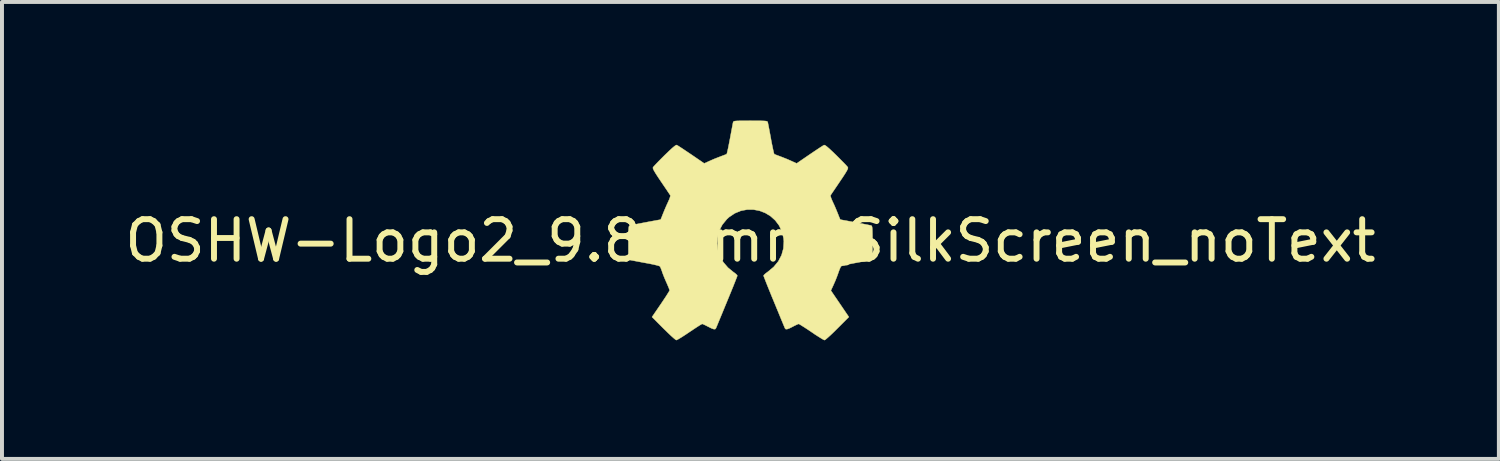
<source format=kicad_pcb>
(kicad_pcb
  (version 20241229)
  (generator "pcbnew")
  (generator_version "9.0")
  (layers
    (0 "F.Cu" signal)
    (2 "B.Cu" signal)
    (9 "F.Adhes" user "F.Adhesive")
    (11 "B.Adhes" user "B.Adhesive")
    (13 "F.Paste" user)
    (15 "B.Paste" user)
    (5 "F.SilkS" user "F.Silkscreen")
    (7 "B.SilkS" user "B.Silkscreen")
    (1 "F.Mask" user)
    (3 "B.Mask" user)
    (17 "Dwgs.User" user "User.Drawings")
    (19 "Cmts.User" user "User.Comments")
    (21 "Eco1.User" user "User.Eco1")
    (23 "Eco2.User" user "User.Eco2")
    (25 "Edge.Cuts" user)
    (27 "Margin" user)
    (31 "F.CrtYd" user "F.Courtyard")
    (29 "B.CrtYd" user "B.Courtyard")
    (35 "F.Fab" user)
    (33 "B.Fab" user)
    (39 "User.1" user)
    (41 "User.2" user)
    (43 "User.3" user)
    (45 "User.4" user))
  (footprint "OSHW-Logo2_9.8x8mm_SilkScreen_noText"
    (layer "F.Cu")
    (at 15.935 3.04)
    (property "Reference" "OSHW-Logo2_9.8x8mm_SilkScreen_noText" (at 0 0 0) (layer "F.SilkS") (effects (font (size 1 1) (thickness 0.15))))
    (attr exclude_from_pos_files exclude_from_bom allow_missing_courtyard)
    (fp_poly (pts (xy 0.14 -3.034) (xy 0.246 -3.034) (xy 0.322 -3.032) (xy 0.374 -3.029) (xy 0.407 -3.024) (xy 0.426 -3.017) (xy 0.435 -3.006) (xy 0.439 -2.992) (xy 0.44 -2.991) (xy 0.446 -2.958) (xy 0.459 -2.894) (xy 0.476 -2.805) (xy 0.496 -2.698) (xy 0.518 -2.58) (xy 0.518 -2.576) (xy 0.54 -2.46) (xy 0.561 -2.358) (xy 0.579 -2.276) (xy 0.592 -2.219) (xy 0.601 -2.194) (xy 0.601 -2.193) (xy 0.626 -2.181) (xy 0.676 -2.161) (xy 0.742 -2.137) (xy 0.742 -2.137) (xy 0.825 -2.105) (xy 0.923 -2.066) (xy 1.015 -2.026) (xy 1.019 -2.024) (xy 1.169 -1.956) (xy 1.501 -2.183) (xy 1.603 -2.252) (xy 1.696 -2.314) (xy 1.773 -2.365) (xy 1.83 -2.401) (xy 1.861 -2.42) (xy 1.864 -2.421) (xy 1.887 -2.415) (xy 1.93 -2.385) (xy 1.994 -2.33) (xy 2.081 -2.249) (xy 2.171 -2.162) (xy 2.256 -2.077) (xy 2.333 -1.999) (xy 2.397 -1.934) (xy 2.442 -1.885) (xy 2.464 -1.858) (xy 2.464 -1.857) (xy 2.467 -1.839) (xy 2.458 -1.809) (xy 2.435 -1.764) (xy 2.395 -1.698) (xy 2.338 -1.61) (xy 2.261 -1.496) (xy 2.193 -1.395) (xy 2.132 -1.305) (xy 2.081 -1.23) (xy 2.045 -1.177) (xy 2.027 -1.149) (xy 2.026 -1.147) (xy 2.028 -1.121) (xy 2.045 -1.069) (xy 2.073 -1.002) (xy 2.083 -0.981) (xy 2.127 -0.886) (xy 2.173 -0.778) (xy 2.211 -0.685) (xy 2.238 -0.616) (xy 2.26 -0.563) (xy 2.272 -0.536) (xy 2.274 -0.534) (xy 2.297 -0.53) (xy 2.351 -0.52) (xy 2.429 -0.506) (xy 2.524 -0.488) (xy 2.628 -0.469) (xy 2.735 -0.448) (xy 2.837 -0.429) (xy 2.927 -0.411) (xy 2.998 -0.397) (xy 3.042 -0.388) (xy 3.053 -0.385) (xy 3.064 -0.379) (xy 3.073 -0.365) (xy 3.079 -0.337) (xy 3.083 -0.292) (xy 3.085 -0.224) (xy 3.087 -0.128) (xy 3.087 -0.000054) (xy 3.087 0.052) (xy 3.087 0.48) (xy 2.985 0.5) (xy 2.927 0.511) (xy 2.842 0.527) (xy 2.739 0.546) (xy 2.629 0.566) (xy 2.599 0.572) (xy 2.497 0.592) (xy 2.408 0.611) (xy 2.34 0.628) (xy 2.3 0.642) (xy 2.293 0.646) (xy 2.277 0.674) (xy 2.253 0.729) (xy 2.227 0.799) (xy 2.222 0.815) (xy 2.188 0.909) (xy 2.146 1.015) (xy 2.104 1.11) (xy 2.104 1.111) (xy 2.035 1.26) (xy 2.49 1.929) (xy 2.197 2.222) (xy 2.109 2.309) (xy 2.029 2.386) (xy 1.96 2.448) (xy 1.909 2.492) (xy 1.879 2.513) (xy 1.874 2.514) (xy 1.849 2.504) (xy 1.797 2.474) (xy 1.725 2.429) (xy 1.637 2.373) (xy 1.543 2.309) (xy 1.447 2.244) (xy 1.361 2.188) (xy 1.291 2.144) (xy 1.242 2.114) (xy 1.221 2.104) (xy 1.194 2.113) (xy 1.144 2.136) (xy 1.08 2.168) (xy 1.074 2.172) (xy 0.988 2.215) (xy 0.929 2.236) (xy 0.893 2.236) (xy 0.874 2.217) (xy 0.874 2.216) (xy 0.864 2.193) (xy 0.841 2.138) (xy 0.807 2.056) (xy 0.763 1.95) (xy 0.712 1.825) (xy 0.654 1.685) (xy 0.598 1.549) (xy 0.536 1.4) (xy 0.48 1.262) (xy 0.43 1.138) (xy 0.389 1.035) (xy 0.358 0.955) (xy 0.338 0.903) (xy 0.332 0.883) (xy 0.347 0.861) (xy 0.386 0.826) (xy 0.439 0.787) (xy 0.588 0.663) (xy 0.705 0.521) (xy 0.787 0.364) (xy 0.834 0.196) (xy 0.845 0.017) (xy 0.837 -0.065) (xy 0.796 -0.235) (xy 0.724 -0.386) (xy 0.627 -0.515) (xy 0.509 -0.621) (xy 0.374 -0.703) (xy 0.227 -0.759) (xy 0.072 -0.788) (xy -0.087 -0.787) (xy -0.244 -0.757) (xy -0.396 -0.694) (xy -0.538 -0.599) (xy -0.597 -0.545) (xy -0.711 -0.406) (xy -0.79 -0.254) (xy -0.835 -0.094) (xy -0.847 0.071) (xy -0.825 0.235) (xy -0.772 0.394) (xy -0.686 0.544) (xy -0.569 0.68) (xy -0.439 0.787) (xy -0.384 0.827) (xy -0.346 0.862) (xy -0.332 0.883) (xy -0.339 0.906) (xy -0.36 0.961) (xy -0.392 1.043) (xy -0.434 1.149) (xy -0.485 1.274) (xy -0.542 1.413) (xy -0.598 1.549) (xy -0.66 1.699) (xy -0.717 1.838) (xy -0.768 1.961) (xy -0.811 2.065) (xy -0.844 2.145) (xy -0.866 2.197) (xy -0.874 2.216) (xy -0.893 2.236) (xy -0.929 2.236) (xy -0.988 2.215) (xy -1.073 2.172) (xy -1.074 2.172) (xy -1.138 2.139) (xy -1.19 2.115) (xy -1.219 2.104) (xy -1.221 2.104) (xy -1.243 2.115) (xy -1.292 2.144) (xy -1.362 2.189) (xy -1.447 2.245) (xy -1.543 2.309) (xy -1.639 2.374) (xy -1.727 2.431) (xy -1.799 2.475) (xy -1.85 2.504) (xy -1.874 2.514) (xy -1.897 2.501) (xy -1.942 2.464) (xy -2.006 2.407) (xy -2.083 2.334) (xy -2.169 2.25) (xy -2.198 2.222) (xy -2.49 1.929) (xy -2.267 1.603) (xy -2.2 1.503) (xy -2.14 1.413) (xy -2.093 1.338) (xy -2.06 1.285) (xy -2.045 1.257) (xy -2.045 1.255) (xy -2.053 1.228) (xy -2.073 1.176) (xy -2.103 1.105) (xy -2.124 1.058) (xy -2.164 0.967) (xy -2.201 0.876) (xy -2.23 0.799) (xy -2.237 0.775) (xy -2.26 0.713) (xy -2.281 0.664) (xy -2.293 0.646) (xy -2.319 0.635) (xy -2.377 0.619) (xy -2.458 0.6) (xy -2.555 0.58) (xy -2.599 0.572) (xy -2.709 0.552) (xy -2.815 0.532) (xy -2.906 0.515) (xy -2.972 0.502) (xy -2.985 0.5) (xy -3.087 0.48) (xy -3.087 0.052) (xy -3.087 -0.088) (xy -3.086 -0.194) (xy -3.084 -0.271) (xy -3.08 -0.324) (xy -3.075 -0.357) (xy -3.067 -0.375) (xy -3.057 -0.384) (xy -3.053 -0.385) (xy -3.028 -0.391) (xy -2.972 -0.402) (xy -2.892 -0.418) (xy -2.796 -0.437) (xy -2.691 -0.457) (xy -2.585 -0.477) (xy -2.483 -0.496) (xy -2.395 -0.512) (xy -2.325 -0.525) (xy -2.283 -0.532) (xy -2.274 -0.534) (xy -2.265 -0.55) (xy -2.246 -0.595) (xy -2.221 -0.66) (xy -2.211 -0.685) (xy -2.171 -0.783) (xy -2.125 -0.89) (xy -2.083 -0.981) (xy -2.052 -1.05) (xy -2.032 -1.108) (xy -2.025 -1.142) (xy -2.026 -1.147) (xy -2.041 -1.169) (xy -2.074 -1.218) (xy -2.121 -1.289) (xy -2.181 -1.377) (xy -2.248 -1.476) (xy -2.261 -1.495) (xy -2.339 -1.611) (xy -2.396 -1.699) (xy -2.435 -1.764) (xy -2.458 -1.809) (xy -2.467 -1.838) (xy -2.465 -1.857) (xy -2.464 -1.857) (xy -2.445 -1.881) (xy -2.402 -1.927) (xy -2.341 -1.991) (xy -2.265 -2.068) (xy -2.18 -2.153) (xy -2.171 -2.162) (xy -2.063 -2.266) (xy -1.98 -2.343) (xy -1.92 -2.393) (xy -1.882 -2.418) (xy -1.864 -2.421) (xy -1.84 -2.407) (xy -1.788 -2.374) (xy -1.714 -2.326) (xy -1.625 -2.266) (xy -1.525 -2.199) (xy -1.501 -2.183) (xy -1.169 -1.956) (xy -1.019 -2.024) (xy -0.928 -2.064) (xy -0.83 -2.103) (xy -0.746 -2.135) (xy -0.742 -2.137) (xy -0.677 -2.161) (xy -0.626 -2.181) (xy -0.601 -2.193) (xy -0.601 -2.193) (xy -0.593 -2.216) (xy -0.58 -2.27) (xy -0.562 -2.351) (xy -0.542 -2.452) (xy -0.52 -2.566) (xy -0.518 -2.576) (xy -0.496 -2.694) (xy -0.476 -2.802) (xy -0.459 -2.891) (xy -0.447 -2.956) (xy -0.44 -2.99) (xy -0.44 -2.991) (xy -0.435 -3.005) (xy -0.427 -3.016) (xy -0.41 -3.024) (xy -0.379 -3.029) (xy -0.329 -3.032) (xy -0.256 -3.034) (xy -0.153 -3.034) (xy -0.018 -3.035) (xy 0 -3.035) (xy 0.14 -3.034)) (stroke (width 0.01) (type solid)) (fill yes) (layer "F.SilkS")))
  (gr_rect
    (start -3 -3)
    (end 34.869 8.559)
    (stroke (width 0.1) (type default))
    (fill no)
    (layer "Edge.Cuts")))
</source>
